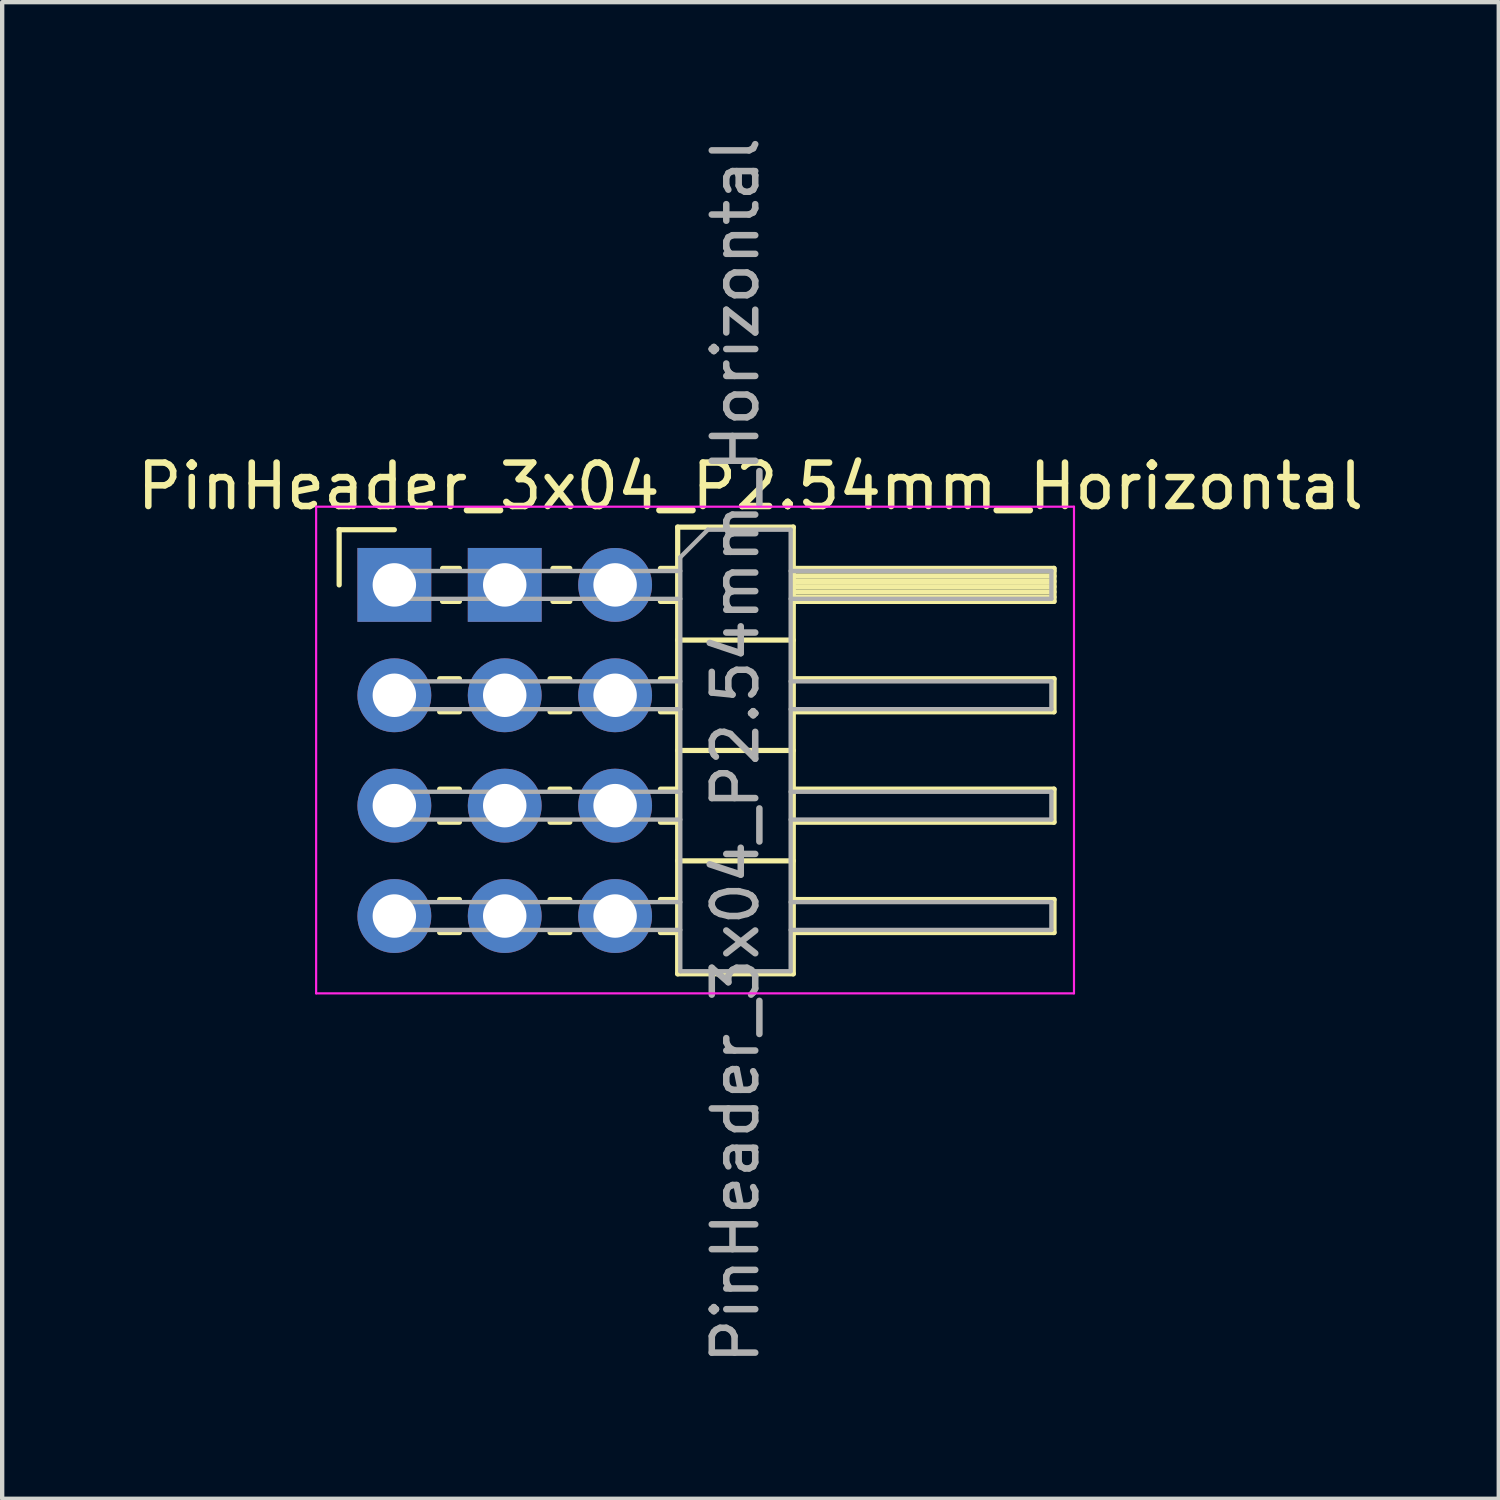
<source format=kicad_pcb>
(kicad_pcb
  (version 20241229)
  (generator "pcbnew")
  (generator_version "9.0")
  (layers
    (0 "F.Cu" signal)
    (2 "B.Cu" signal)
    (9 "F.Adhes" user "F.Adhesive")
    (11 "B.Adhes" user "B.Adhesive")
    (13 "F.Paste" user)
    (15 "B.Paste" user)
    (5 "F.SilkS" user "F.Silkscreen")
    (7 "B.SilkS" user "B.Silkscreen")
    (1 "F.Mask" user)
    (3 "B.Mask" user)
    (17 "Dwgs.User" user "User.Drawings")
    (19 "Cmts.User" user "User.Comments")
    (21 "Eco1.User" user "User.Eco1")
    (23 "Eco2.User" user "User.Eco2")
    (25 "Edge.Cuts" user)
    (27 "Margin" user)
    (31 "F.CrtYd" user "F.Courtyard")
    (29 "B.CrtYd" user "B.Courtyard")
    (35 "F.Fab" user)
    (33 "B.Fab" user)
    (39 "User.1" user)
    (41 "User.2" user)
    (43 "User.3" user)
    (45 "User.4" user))
  (footprint "PinHeader_3x04_P2.54mm_Horizontal"
    (layer "F.Cu")
    (at 6.025 10.41)
    (property "Reference" "PinHeader_3x04_P2.54mm_Horizontal" (at 8.195 -2.27 0) (layer "F.SilkS") (effects (font (size 1 1) (thickness 0.15))))
    (attr through_hole)
    (fp_line (start -1.27 -1.27) (end 0 -1.27) (stroke (width 0.12) (type solid)) (layer "F.SilkS"))
    (fp_line (start -1.27 0) (end -1.27 -1.27) (stroke (width 0.12) (type solid)) (layer "F.SilkS"))
    (fp_line (start 1.043 2.16) (end 1.497 2.16) (stroke (width 0.12) (type solid)) (layer "F.SilkS"))
    (fp_line (start 1.043 2.92) (end 1.497 2.92) (stroke (width 0.12) (type solid)) (layer "F.SilkS"))
    (fp_line (start 1.043 4.7) (end 1.497 4.7) (stroke (width 0.12) (type solid)) (layer "F.SilkS"))
    (fp_line (start 1.043 5.46) (end 1.497 5.46) (stroke (width 0.12) (type solid)) (layer "F.SilkS"))
    (fp_line (start 1.043 7.24) (end 1.497 7.24) (stroke (width 0.12) (type solid)) (layer "F.SilkS"))
    (fp_line (start 1.043 8) (end 1.497 8) (stroke (width 0.12) (type solid)) (layer "F.SilkS"))
    (fp_line (start 1.11 -0.38) (end 1.497 -0.38) (stroke (width 0.12) (type solid)) (layer "F.SilkS"))
    (fp_line (start 1.11 0.38) (end 1.497 0.38) (stroke (width 0.12) (type solid)) (layer "F.SilkS"))
    (fp_line (start 3.583 2.16) (end 4.037 2.16) (stroke (width 0.12) (type solid)) (layer "F.SilkS"))
    (fp_line (start 3.583 2.92) (end 4.037 2.92) (stroke (width 0.12) (type solid)) (layer "F.SilkS"))
    (fp_line (start 3.583 4.7) (end 4.037 4.7) (stroke (width 0.12) (type solid)) (layer "F.SilkS"))
    (fp_line (start 3.583 5.46) (end 4.037 5.46) (stroke (width 0.12) (type solid)) (layer "F.SilkS"))
    (fp_line (start 3.583 7.24) (end 4.037 7.24) (stroke (width 0.12) (type solid)) (layer "F.SilkS"))
    (fp_line (start 3.583 8) (end 4.037 8) (stroke (width 0.12) (type solid)) (layer "F.SilkS"))
    (fp_line (start 3.65 -0.38) (end 4.037 -0.38) (stroke (width 0.12) (type solid)) (layer "F.SilkS"))
    (fp_line (start 3.65 0.38) (end 4.037 0.38) (stroke (width 0.12) (type solid)) (layer "F.SilkS"))
    (fp_line (start 6.123 -0.38) (end 6.52 -0.38) (stroke (width 0.12) (type solid)) (layer "F.SilkS"))
    (fp_line (start 6.123 0.38) (end 6.52 0.38) (stroke (width 0.12) (type solid)) (layer "F.SilkS"))
    (fp_line (start 6.123 2.16) (end 6.52 2.16) (stroke (width 0.12) (type solid)) (layer "F.SilkS"))
    (fp_line (start 6.123 2.92) (end 6.52 2.92) (stroke (width 0.12) (type solid)) (layer "F.SilkS"))
    (fp_line (start 6.123 4.7) (end 6.52 4.7) (stroke (width 0.12) (type solid)) (layer "F.SilkS"))
    (fp_line (start 6.123 5.46) (end 6.52 5.46) (stroke (width 0.12) (type solid)) (layer "F.SilkS"))
    (fp_line (start 6.123 7.24) (end 6.52 7.24) (stroke (width 0.12) (type solid)) (layer "F.SilkS"))
    (fp_line (start 6.123 8) (end 6.52 8) (stroke (width 0.12) (type solid)) (layer "F.SilkS"))
    (fp_line (start 6.52 -1.33) (end 6.52 8.95) (stroke (width 0.12) (type solid)) (layer "F.SilkS"))
    (fp_line (start 6.52 1.27) (end 9.18 1.27) (stroke (width 0.12) (type solid)) (layer "F.SilkS"))
    (fp_line (start 6.52 3.81) (end 9.18 3.81) (stroke (width 0.12) (type solid)) (layer "F.SilkS"))
    (fp_line (start 6.52 6.35) (end 9.18 6.35) (stroke (width 0.12) (type solid)) (layer "F.SilkS"))
    (fp_line (start 6.52 8.95) (end 9.18 8.95) (stroke (width 0.12) (type solid)) (layer "F.SilkS"))
    (fp_line (start 9.18 -1.33) (end 6.52 -1.33) (stroke (width 0.12) (type solid)) (layer "F.SilkS"))
    (fp_line (start 9.18 -0.38) (end 15.18 -0.38) (stroke (width 0.12) (type solid)) (layer "F.SilkS"))
    (fp_line (start 9.18 -0.32) (end 15.18 -0.32) (stroke (width 0.12) (type solid)) (layer "F.SilkS"))
    (fp_line (start 9.18 -0.2) (end 15.18 -0.2) (stroke (width 0.12) (type solid)) (layer "F.SilkS"))
    (fp_line (start 9.18 -0.08) (end 15.18 -0.08) (stroke (width 0.12) (type solid)) (layer "F.SilkS"))
    (fp_line (start 9.18 0.04) (end 15.18 0.04) (stroke (width 0.12) (type solid)) (layer "F.SilkS"))
    (fp_line (start 9.18 0.16) (end 15.18 0.16) (stroke (width 0.12) (type solid)) (layer "F.SilkS"))
    (fp_line (start 9.18 0.28) (end 15.18 0.28) (stroke (width 0.12) (type solid)) (layer "F.SilkS"))
    (fp_line (start 9.18 2.16) (end 15.18 2.16) (stroke (width 0.12) (type solid)) (layer "F.SilkS"))
    (fp_line (start 9.18 4.7) (end 15.18 4.7) (stroke (width 0.12) (type solid)) (layer "F.SilkS"))
    (fp_line (start 9.18 7.24) (end 15.18 7.24) (stroke (width 0.12) (type solid)) (layer "F.SilkS"))
    (fp_line (start 9.18 8.95) (end 9.18 -1.33) (stroke (width 0.12) (type solid)) (layer "F.SilkS"))
    (fp_line (start 15.18 -0.38) (end 15.18 0.38) (stroke (width 0.12) (type solid)) (layer "F.SilkS"))
    (fp_line (start 15.18 0.38) (end 9.18 0.38) (stroke (width 0.12) (type solid)) (layer "F.SilkS"))
    (fp_line (start 15.18 2.16) (end 15.18 2.92) (stroke (width 0.12) (type solid)) (layer "F.SilkS"))
    (fp_line (start 15.18 2.92) (end 9.18 2.92) (stroke (width 0.12) (type solid)) (layer "F.SilkS"))
    (fp_line (start 15.18 4.7) (end 15.18 5.46) (stroke (width 0.12) (type solid)) (layer "F.SilkS"))
    (fp_line (start 15.18 5.46) (end 9.18 5.46) (stroke (width 0.12) (type solid)) (layer "F.SilkS"))
    (fp_line (start 15.18 7.24) (end 15.18 8) (stroke (width 0.12) (type solid)) (layer "F.SilkS"))
    (fp_line (start 15.18 8) (end 9.18 8) (stroke (width 0.12) (type solid)) (layer "F.SilkS"))
    (fp_line (start -1.8 -1.8) (end -1.8 9.4) (stroke (width 0.05) (type solid)) (layer "F.CrtYd"))
    (fp_line (start -1.8 9.4) (end 15.64 9.4) (stroke (width 0.05) (type solid)) (layer "F.CrtYd"))
    (fp_line (start 15.64 -1.8) (end -1.8 -1.8) (stroke (width 0.05) (type solid)) (layer "F.CrtYd"))
    (fp_line (start 15.64 9.4) (end 15.64 -1.8) (stroke (width 0.05) (type solid)) (layer "F.CrtYd"))
    (fp_line (start -0.32 -0.32) (end -0.32 0.32) (stroke (width 0.1) (type solid)) (layer "F.Fab"))
    (fp_line (start -0.32 -0.32) (end 6.58 -0.32) (stroke (width 0.1) (type solid)) (layer "F.Fab"))
    (fp_line (start -0.32 0.32) (end 6.58 0.32) (stroke (width 0.1) (type solid)) (layer "F.Fab"))
    (fp_line (start -0.32 2.22) (end -0.32 2.86) (stroke (width 0.1) (type solid)) (layer "F.Fab"))
    (fp_line (start -0.32 2.22) (end 6.58 2.22) (stroke (width 0.1) (type solid)) (layer "F.Fab"))
    (fp_line (start -0.32 2.86) (end 6.58 2.86) (stroke (width 0.1) (type solid)) (layer "F.Fab"))
    (fp_line (start -0.32 4.76) (end -0.32 5.4) (stroke (width 0.1) (type solid)) (layer "F.Fab"))
    (fp_line (start -0.32 4.76) (end 6.58 4.76) (stroke (width 0.1) (type solid)) (layer "F.Fab"))
    (fp_line (start -0.32 5.4) (end 6.58 5.4) (stroke (width 0.1) (type solid)) (layer "F.Fab"))
    (fp_line (start -0.32 7.3) (end -0.32 7.94) (stroke (width 0.1) (type solid)) (layer "F.Fab"))
    (fp_line (start -0.32 7.3) (end 6.58 7.3) (stroke (width 0.1) (type solid)) (layer "F.Fab"))
    (fp_line (start -0.32 7.94) (end 6.58 7.94) (stroke (width 0.1) (type solid)) (layer "F.Fab"))
    (fp_line (start 2.22 -0.32) (end 2.22 0.32) (stroke (width 0.1) (type solid)) (layer "F.Fab"))
    (fp_line (start 2.22 2.22) (end 2.22 2.86) (stroke (width 0.1) (type solid)) (layer "F.Fab"))
    (fp_line (start 2.22 4.76) (end 2.22 5.4) (stroke (width 0.1) (type solid)) (layer "F.Fab"))
    (fp_line (start 2.22 7.3) (end 2.22 7.94) (stroke (width 0.1) (type solid)) (layer "F.Fab"))
    (fp_line (start 6.58 -0.635) (end 7.215 -1.27) (stroke (width 0.1) (type solid)) (layer "F.Fab"))
    (fp_line (start 6.58 8.89) (end 6.58 -0.635) (stroke (width 0.1) (type solid)) (layer "F.Fab"))
    (fp_line (start 7.215 -1.27) (end 9.12 -1.27) (stroke (width 0.1) (type solid)) (layer "F.Fab"))
    (fp_line (start 9.12 -1.27) (end 9.12 8.89) (stroke (width 0.1) (type solid)) (layer "F.Fab"))
    (fp_line (start 9.12 -0.32) (end 15.12 -0.32) (stroke (width 0.1) (type solid)) (layer "F.Fab"))
    (fp_line (start 9.12 0.32) (end 15.12 0.32) (stroke (width 0.1) (type solid)) (layer "F.Fab"))
    (fp_line (start 9.12 2.22) (end 15.12 2.22) (stroke (width 0.1) (type solid)) (layer "F.Fab"))
    (fp_line (start 9.12 2.86) (end 15.12 2.86) (stroke (width 0.1) (type solid)) (layer "F.Fab"))
    (fp_line (start 9.12 4.76) (end 15.12 4.76) (stroke (width 0.1) (type solid)) (layer "F.Fab"))
    (fp_line (start 9.12 5.4) (end 15.12 5.4) (stroke (width 0.1) (type solid)) (layer "F.Fab"))
    (fp_line (start 9.12 7.3) (end 15.12 7.3) (stroke (width 0.1) (type solid)) (layer "F.Fab"))
    (fp_line (start 9.12 7.94) (end 15.12 7.94) (stroke (width 0.1) (type solid)) (layer "F.Fab"))
    (fp_line (start 9.12 8.89) (end 6.58 8.89) (stroke (width 0.1) (type solid)) (layer "F.Fab"))
    (fp_line (start 15.12 -0.32) (end 15.12 0.32) (stroke (width 0.1) (type solid)) (layer "F.Fab"))
    (fp_line (start 15.12 2.22) (end 15.12 2.86) (stroke (width 0.1) (type solid)) (layer "F.Fab"))
    (fp_line (start 15.12 4.76) (end 15.12 5.4) (stroke (width 0.1) (type solid)) (layer "F.Fab"))
    (fp_line (start 15.12 7.3) (end 15.12 7.94) (stroke (width 0.1) (type solid)) (layer "F.Fab"))
    (fp_text user "${REFERENCE}" (at 7.85 3.81 90) (layer "F.Fab") (effects (font (size 1 1) (thickness 0.15))))
    (pad "a1" thru_hole rect (at 0 0) (size 1.7 1.7) (drill 1) (layers "*.Cu" "*.Mask"))
    (pad "a2" thru_hole oval (at 0 2.54) (size 1.7 1.7) (drill 1) (layers "*.Cu" "*.Mask"))
    (pad "a3" thru_hole oval (at 0 5.08) (size 1.7 1.7) (drill 1) (layers "*.Cu" "*.Mask"))
    (pad "a4" thru_hole oval (at 0 7.62) (size 1.7 1.7) (drill 1) (layers "*.Cu" "*.Mask"))
    (pad "b1" thru_hole rect (at 2.54 0) (size 1.7 1.7) (drill 1) (layers "*.Cu" "*.Mask"))
    (pad "b2" thru_hole oval (at 2.54 2.54) (size 1.7 1.7) (drill 1) (layers "*.Cu" "*.Mask"))
    (pad "b3" thru_hole oval (at 2.54 5.08) (size 1.7 1.7) (drill 1) (layers "*.Cu" "*.Mask"))
    (pad "b4" thru_hole oval (at 2.54 7.62) (size 1.7 1.7) (drill 1) (layers "*.Cu" "*.Mask"))
    (pad "c1" thru_hole oval (at 5.08 0) (size 1.7 1.7) (drill 1) (layers "*.Cu" "*.Mask"))
    (pad "c2" thru_hole oval (at 5.08 2.54) (size 1.7 1.7) (drill 1) (layers "*.Cu" "*.Mask"))
    (pad "c3" thru_hole oval (at 5.08 5.08) (size 1.7 1.7) (drill 1) (layers "*.Cu" "*.Mask"))
    (pad "c4" thru_hole oval (at 5.08 7.62) (size 1.7 1.7) (drill 1) (layers "*.Cu" "*.Mask")))
  (gr_rect
    (start -3 -3)
    (end 31.44 31.44)
    (stroke (width 0.1) (type default))
    (fill no)
    (layer "Edge.Cuts")))
</source>
